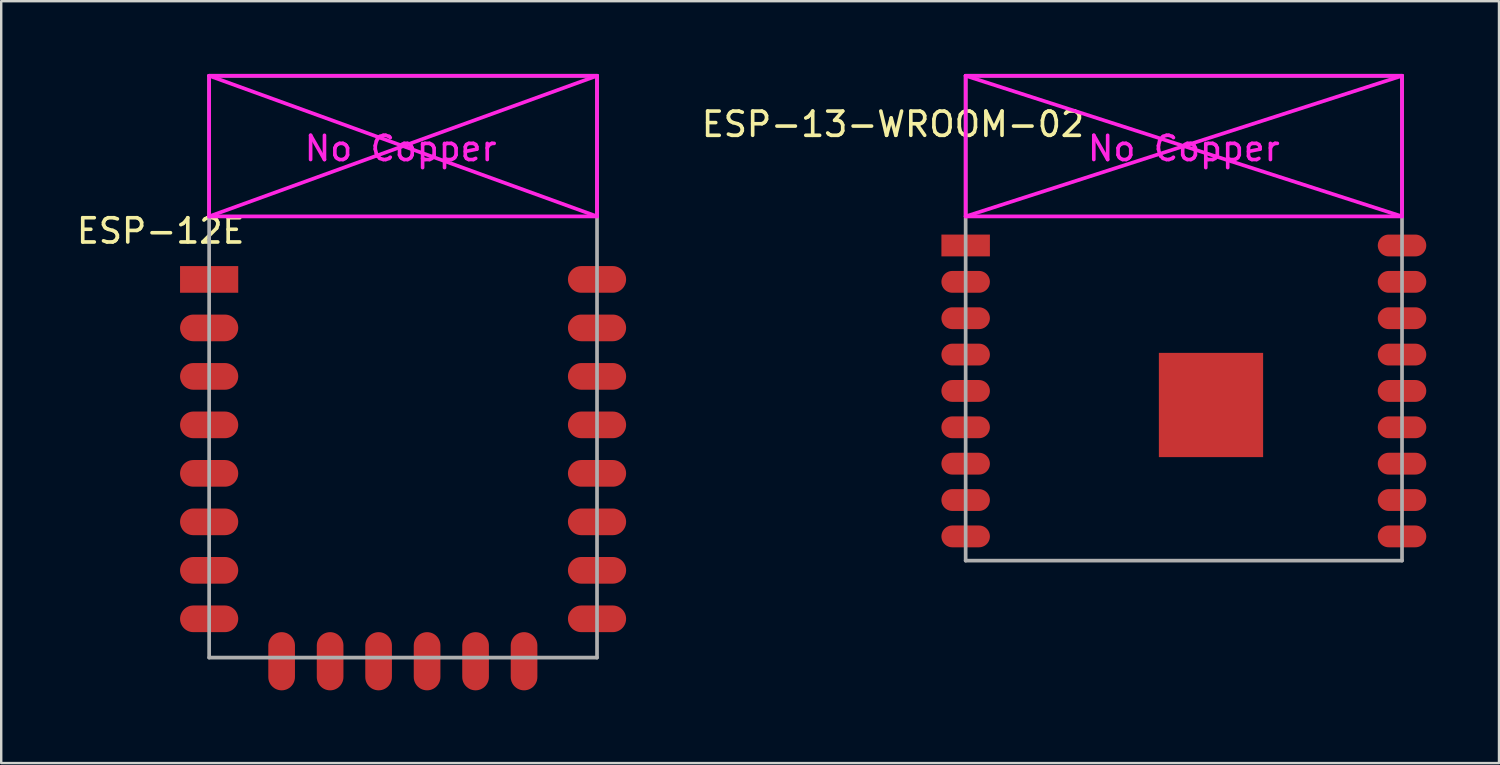
<source format=kicad_pcb>
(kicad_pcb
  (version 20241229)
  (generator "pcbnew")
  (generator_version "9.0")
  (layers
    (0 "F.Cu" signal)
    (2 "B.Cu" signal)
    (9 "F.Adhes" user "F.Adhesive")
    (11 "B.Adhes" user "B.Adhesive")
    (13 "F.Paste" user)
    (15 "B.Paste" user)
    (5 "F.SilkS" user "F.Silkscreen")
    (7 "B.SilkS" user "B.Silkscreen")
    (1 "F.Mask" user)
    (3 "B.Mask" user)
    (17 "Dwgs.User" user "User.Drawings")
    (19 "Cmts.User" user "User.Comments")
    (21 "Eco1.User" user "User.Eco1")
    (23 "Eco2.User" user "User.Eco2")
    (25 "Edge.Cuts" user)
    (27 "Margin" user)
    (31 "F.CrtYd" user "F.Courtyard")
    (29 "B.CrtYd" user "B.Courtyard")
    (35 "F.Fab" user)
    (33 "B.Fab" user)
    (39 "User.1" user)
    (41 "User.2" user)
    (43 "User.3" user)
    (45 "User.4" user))
  (footprint "ESP-12E"
    (layer "F.Cu")
    (at 5.577 8.476)
    (property "Reference" "ESP-12E" (at -2 -2 0) (layer "F.SilkS") (effects (font (size 1 1) (thickness 0.15))))
    (attr through_hole)
    (fp_line (start 0 -8.4) (end 0 -2.6) (stroke (width 0.152) (type solid)) (layer "F.CrtYd"))
    (fp_line (start 0 -8.4) (end 16 -2.6) (stroke (width 0.152) (type solid)) (layer "F.CrtYd"))
    (fp_line (start 0 -2.6) (end 16 -2.6) (stroke (width 0.152) (type solid)) (layer "F.CrtYd"))
    (fp_line (start 16 -8.4) (end 0 -8.4) (stroke (width 0.152) (type solid)) (layer "F.CrtYd"))
    (fp_line (start 16 -8.4) (end 0 -2.6) (stroke (width 0.152) (type solid)) (layer "F.CrtYd"))
    (fp_line (start 16 -2.6) (end 16 -8.4) (stroke (width 0.152) (type solid)) (layer "F.CrtYd"))
    (fp_line (start 0 -8.4) (end 16 -8.4) (stroke (width 0.152) (type solid)) (layer "F.Fab"))
    (fp_line (start 0 15.6) (end 0 -8.4) (stroke (width 0.152) (type solid)) (layer "F.Fab"))
    (fp_line (start 16 -8.4) (end 16 15.6) (stroke (width 0.152) (type solid)) (layer "F.Fab"))
    (fp_line (start 16 15.6) (end 0 15.6) (stroke (width 0.152) (type solid)) (layer "F.Fab"))
    (fp_text user "No Copper" (at 7.9 -5.4 0) (layer "F.CrtYd") (effects (font (size 1 1) (thickness 0.15))))
    (pad "1" smd rect (at 0 0) (size 2.4 1.1) (layers "F.Cu" "F.Mask" "F.Paste"))
    (pad "2" smd oval (at 0 2) (size 2.4 1.1) (layers "F.Cu" "F.Mask" "F.Paste"))
    (pad "3" smd oval (at 0 4) (size 2.4 1.1) (layers "F.Cu" "F.Mask" "F.Paste"))
    (pad "4" smd oval (at 0 6) (size 2.4 1.1) (layers "F.Cu" "F.Mask" "F.Paste"))
    (pad "5" smd oval (at 0 8) (size 2.4 1.1) (layers "F.Cu" "F.Mask" "F.Paste"))
    (pad "6" smd oval (at 0 10) (size 2.4 1.1) (layers "F.Cu" "F.Mask" "F.Paste"))
    (pad "7" smd oval (at 0 12) (size 2.4 1.1) (layers "F.Cu" "F.Mask" "F.Paste"))
    (pad "8" smd oval (at 0 14) (size 2.4 1.1) (layers "F.Cu" "F.Mask" "F.Paste"))
    (pad "9" smd oval (at 2.99 15.75 90) (size 2.4 1.1) (layers "F.Cu" "F.Mask" "F.Paste"))
    (pad "10" smd oval (at 4.99 15.75 90) (size 2.4 1.1) (layers "F.Cu" "F.Mask" "F.Paste"))
    (pad "11" smd oval (at 6.99 15.75 90) (size 2.4 1.1) (layers "F.Cu" "F.Mask" "F.Paste"))
    (pad "12" smd oval (at 8.99 15.75 90) (size 2.4 1.1) (layers "F.Cu" "F.Mask" "F.Paste"))
    (pad "13" smd oval (at 10.99 15.75 90) (size 2.4 1.1) (layers "F.Cu" "F.Mask" "F.Paste"))
    (pad "14" smd oval (at 12.99 15.75 90) (size 2.4 1.1) (layers "F.Cu" "F.Mask" "F.Paste"))
    (pad "15" smd oval (at 16 14) (size 2.4 1.1) (layers "F.Cu" "F.Mask" "F.Paste"))
    (pad "16" smd oval (at 16 12) (size 2.4 1.1) (layers "F.Cu" "F.Mask" "F.Paste"))
    (pad "17" smd oval (at 16 10) (size 2.4 1.1) (layers "F.Cu" "F.Mask" "F.Paste"))
    (pad "18" smd oval (at 16 8) (size 2.4 1.1) (layers "F.Cu" "F.Mask" "F.Paste"))
    (pad "19" smd oval (at 16 6) (size 2.4 1.1) (layers "F.Cu" "F.Mask" "F.Paste"))
    (pad "20" smd oval (at 16 4) (size 2.4 1.1) (layers "F.Cu" "F.Mask" "F.Paste"))
    (pad "21" smd oval (at 16 2) (size 2.4 1.1) (layers "F.Cu" "F.Mask" "F.Paste"))
    (pad "22" smd oval (at 16 0) (size 2.4 1.1) (layers "F.Cu" "F.Mask" "F.Paste")))
  (footprint "ESP-13-WROOM-02"
    (layer "F.Cu")
    (at 36.783 7.076)
    (property "Reference" "ESP-13-WROOM-02" (at -3 -5 0) (layer "F.SilkS") (effects (font (size 1 1) (thickness 0.15))))
    (attr through_hole)
    (fp_line (start 0 -7) (end 0 -1.2) (stroke (width 0.152) (type solid)) (layer "F.CrtYd"))
    (fp_line (start 0 -7) (end 18 -1.2) (stroke (width 0.152) (type solid)) (layer "F.CrtYd"))
    (fp_line (start 0 -1.2) (end 18 -1.2) (stroke (width 0.152) (type solid)) (layer "F.CrtYd"))
    (fp_line (start 18 -7) (end 0 -7) (stroke (width 0.152) (type solid)) (layer "F.CrtYd"))
    (fp_line (start 18 -7) (end 0 -1.2) (stroke (width 0.152) (type solid)) (layer "F.CrtYd"))
    (fp_line (start 18 -1.2) (end 18 -7) (stroke (width 0.152) (type solid)) (layer "F.CrtYd"))
    (fp_line (start 0 -7) (end 18 -7) (stroke (width 0.152) (type solid)) (layer "F.Fab"))
    (fp_line (start 0 13) (end 0 -7) (stroke (width 0.152) (type solid)) (layer "F.Fab"))
    (fp_line (start 0 13) (end 18 13) (stroke (width 0.152) (type solid)) (layer "F.Fab"))
    (fp_line (start 18 -7) (end 18 13) (stroke (width 0.152) (type solid)) (layer "F.Fab"))
    (fp_text user "No Copper" (at 9 -4 0) (layer "F.CrtYd") (effects (font (size 1 1) (thickness 0.15))))
    (pad "1" smd rect (at 0 0) (size 2 0.9) (layers "F.Cu" "F.Mask" "F.Paste"))
    (pad "2" smd oval (at 0 1.5) (size 2 0.9) (layers "F.Cu" "F.Mask" "F.Paste"))
    (pad "3" smd oval (at 0 3) (size 2 0.9) (layers "F.Cu" "F.Mask" "F.Paste"))
    (pad "4" smd oval (at 0 4.5) (size 2 0.9) (layers "F.Cu" "F.Mask" "F.Paste"))
    (pad "5" smd oval (at 0 6) (size 2 0.9) (layers "F.Cu" "F.Mask" "F.Paste"))
    (pad "6" smd oval (at 0 7.5) (size 2 0.9) (layers "F.Cu" "F.Mask" "F.Paste"))
    (pad "7" smd oval (at 0 9) (size 2 0.9) (layers "F.Cu" "F.Mask" "F.Paste"))
    (pad "8" smd oval (at 0 10.5) (size 2 0.9) (layers "F.Cu" "F.Mask" "F.Paste"))
    (pad "9" smd oval (at 0 12) (size 2 0.9) (layers "F.Cu" "F.Mask" "F.Paste"))
    (pad "10" smd oval (at 18 12) (size 2 0.9) (layers "F.Cu" "F.Mask" "F.Paste"))
    (pad "11" smd oval (at 18 10.5) (size 2 0.9) (layers "F.Cu" "F.Mask" "F.Paste"))
    (pad "12" smd oval (at 18 9) (size 2 0.9) (layers "F.Cu" "F.Mask" "F.Paste"))
    (pad "13" smd oval (at 18 7.5) (size 2 0.9) (layers "F.Cu" "F.Mask" "F.Paste"))
    (pad "14" smd oval (at 18 6) (size 2 0.9) (layers "F.Cu" "F.Mask" "F.Paste"))
    (pad "15" smd oval (at 18 4.5) (size 2 0.9) (layers "F.Cu" "F.Mask" "F.Paste"))
    (pad "16" smd oval (at 18 3) (size 2 0.9) (layers "F.Cu" "F.Mask" "F.Paste"))
    (pad "17" smd oval (at 18 1.5) (size 2 0.9) (layers "F.Cu" "F.Mask" "F.Paste"))
    (pad "18" smd oval (at 18 0) (size 2 0.9) (layers "F.Cu" "F.Mask" "F.Paste"))
    (pad "PAD" smd rect (at 10.12 6.58) (size 4.3 4.3) (layers "F.Cu" "F.Mask" "F.Paste")))
  (gr_rect
    (start -3 -3)
    (end 58.783 28.426)
    (stroke (width 0.1) (type default))
    (fill no)
    (layer "Edge.Cuts")))
</source>
